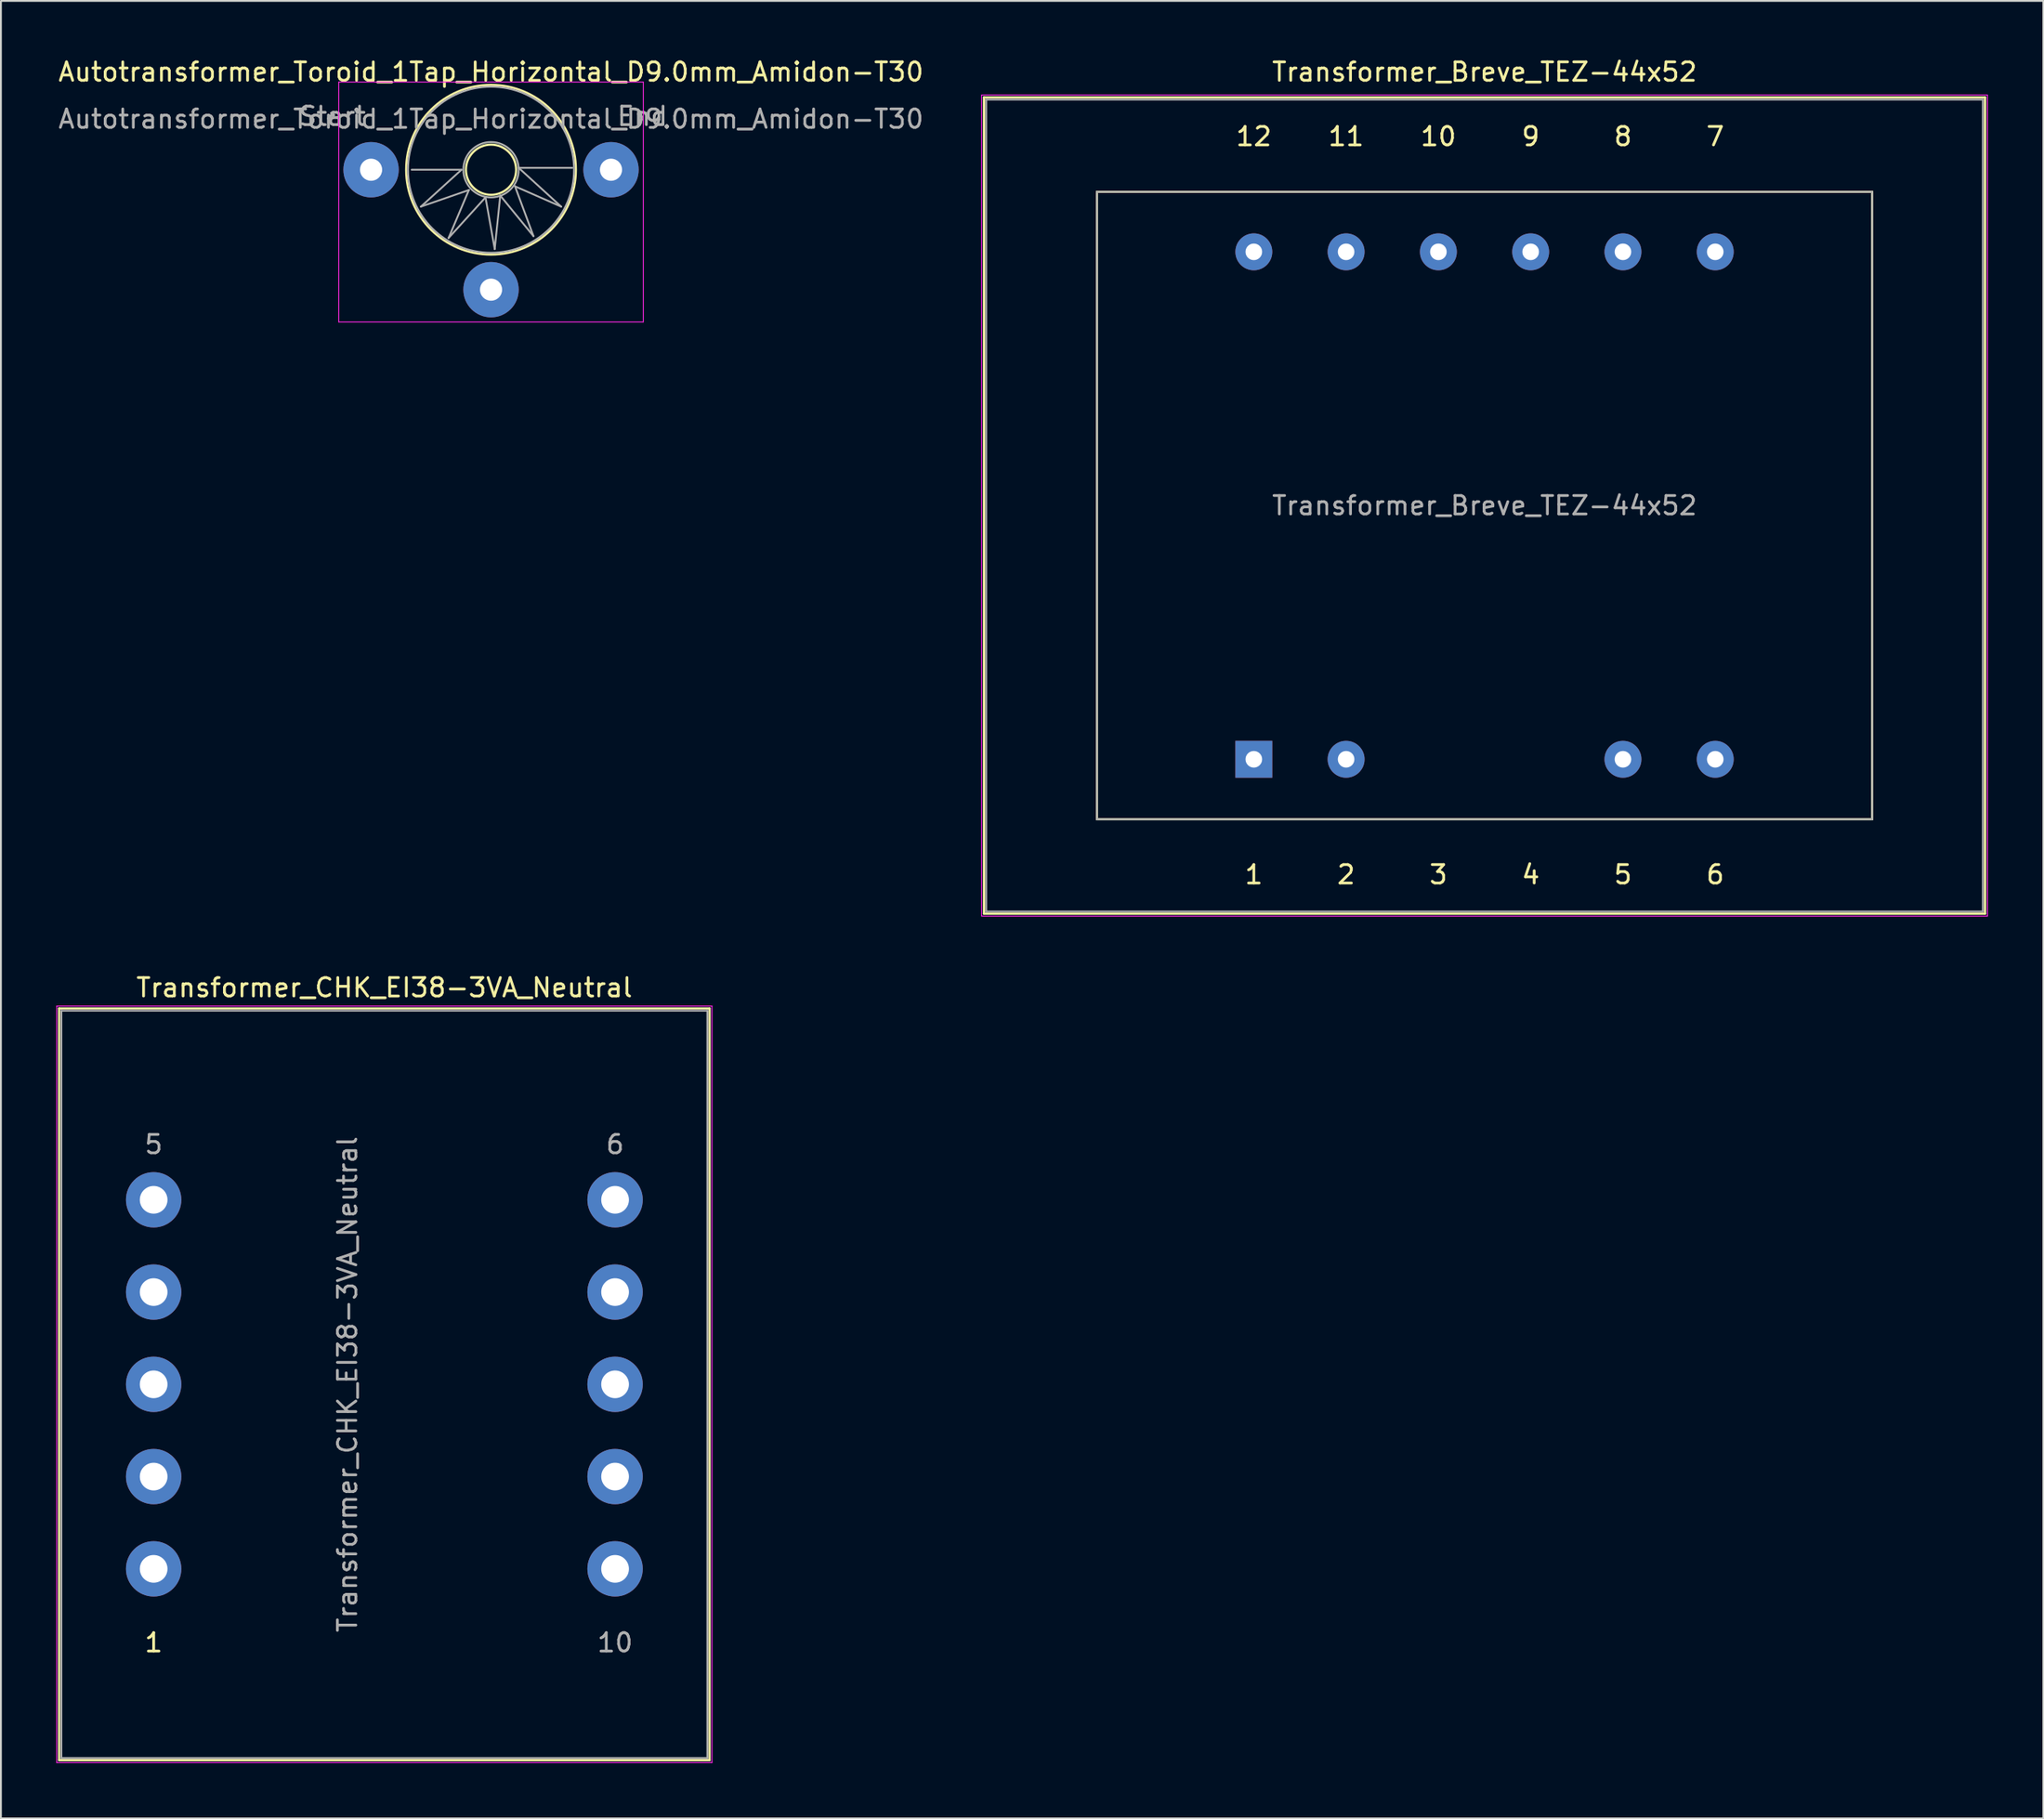
<source format=kicad_pcb>
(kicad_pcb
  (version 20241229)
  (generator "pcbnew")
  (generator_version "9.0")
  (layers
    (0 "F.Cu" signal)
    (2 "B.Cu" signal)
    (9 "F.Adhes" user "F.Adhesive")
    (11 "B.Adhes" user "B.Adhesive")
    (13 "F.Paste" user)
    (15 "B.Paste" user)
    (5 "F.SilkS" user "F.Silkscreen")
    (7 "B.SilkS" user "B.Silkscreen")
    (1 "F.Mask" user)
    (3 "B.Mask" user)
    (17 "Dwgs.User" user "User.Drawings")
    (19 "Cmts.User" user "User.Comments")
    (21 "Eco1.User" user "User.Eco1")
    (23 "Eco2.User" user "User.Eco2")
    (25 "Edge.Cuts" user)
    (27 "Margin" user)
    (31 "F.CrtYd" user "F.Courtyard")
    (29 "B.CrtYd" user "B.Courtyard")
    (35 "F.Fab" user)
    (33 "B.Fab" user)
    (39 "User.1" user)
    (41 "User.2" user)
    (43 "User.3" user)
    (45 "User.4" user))
  (footprint "Transformer_CHK_EI38-3VA_Neutral"
    (layer "F.Cu")
    (at 5.275 81.972)
    (property "Reference" "Transformer_CHK_EI38-3VA_Neutral" (at 12.5 -31.5 0) (layer "F.SilkS") (effects (font (size 1 1) (thickness 0.15))))
    (attr through_hole)
    (fp_line (start -5.12 -30.37) (end -5.12 10.37) (stroke (width 0.12) (type solid)) (layer "F.SilkS"))
    (fp_line (start -5.12 -30.37) (end 30.12 -30.37) (stroke (width 0.12) (type solid)) (layer "F.SilkS"))
    (fp_line (start 30.12 10.37) (end -5.12 10.37) (stroke (width 0.12) (type solid)) (layer "F.SilkS"))
    (fp_line (start 30.12 10.37) (end 30.12 -30.37) (stroke (width 0.12) (type solid)) (layer "F.SilkS"))
    (fp_line (start -5.25 -30.5) (end -5.25 10.5) (stroke (width 0.05) (type solid)) (layer "F.CrtYd"))
    (fp_line (start -5.25 -30.5) (end 30.25 -30.5) (stroke (width 0.05) (type solid)) (layer "F.CrtYd"))
    (fp_line (start 30.25 10.5) (end -5.25 10.5) (stroke (width 0.05) (type solid)) (layer "F.CrtYd"))
    (fp_line (start 30.25 10.5) (end 30.25 -30.5) (stroke (width 0.05) (type solid)) (layer "F.CrtYd"))
    (fp_line (start -5 -30.25) (end -5 10.25) (stroke (width 0.1) (type solid)) (layer "F.Fab"))
    (fp_line (start -5 10.25) (end 30 10.25) (stroke (width 0.1) (type solid)) (layer "F.Fab"))
    (fp_line (start 30 -30.25) (end -5 -30.25) (stroke (width 0.1) (type solid)) (layer "F.Fab"))
    (fp_line (start 30 10.25) (end 30 -30.25) (stroke (width 0.1) (type solid)) (layer "F.Fab"))
    (fp_text user "1" (at 0 4 0) (layer "F.SilkS") (effects (font (size 1 1) (thickness 0.15))))
    (fp_text user "5" (at 0 -23 0) (layer "F.Fab") (effects (font (size 1 1) (thickness 0.15))))
    (fp_text user "6" (at 25 -23 0) (layer "F.Fab") (effects (font (size 1 1) (thickness 0.15))))
    (fp_text user "10" (at 25 4 0) (layer "F.Fab") (effects (font (size 1 1) (thickness 0.15))))
    (fp_text user "${REFERENCE}" (at 10.5 -10 90) (layer "F.Fab") (effects (font (size 1 1) (thickness 0.15))))
    (pad "1" thru_hole circle (at 0 0) (size 3 3) (drill 1.5) (layers "*.Cu" "*.Mask"))
    (pad "2" thru_hole circle (at 0 -5) (size 3 3) (drill 1.5) (layers "*.Cu" "*.Mask"))
    (pad "3" thru_hole circle (at 0 -10) (size 3 3) (drill 1.5) (layers "*.Cu" "*.Mask"))
    (pad "4" thru_hole circle (at 0 -15) (size 3 3) (drill 1.5) (layers "*.Cu" "*.Mask"))
    (pad "5" thru_hole circle (at 0 -20) (size 3 3) (drill 1.5) (layers "*.Cu" "*.Mask"))
    (pad "6" thru_hole circle (at 25 -20) (size 3 3) (drill 1.5) (layers "*.Cu" "*.Mask"))
    (pad "7" thru_hole circle (at 25 -15) (size 3 3) (drill 1.5) (layers "*.Cu" "*.Mask"))
    (pad "8" thru_hole circle (at 25 -10) (size 3 3) (drill 1.5) (layers "*.Cu" "*.Mask"))
    (pad "9" thru_hole circle (at 25 -5) (size 3 3) (drill 1.5) (layers "*.Cu" "*.Mask"))
    (pad "10" thru_hole circle (at 25 0) (size 3 3) (drill 1.5) (layers "*.Cu" "*.Mask")))
  (footprint "Autotransformer_Toroid_1Tap_Horizontal_D9.0mm_Amidon-T30"
    (layer "F.Cu")
    (at 17.054 6.148)
    (property "Reference" "Autotransformer_Toroid_1Tap_Horizontal_D9.0mm_Amidon-T30" (at 6.5 -5.3 0) (layer "F.SilkS") (effects (font (size 1 1) (thickness 0.15))))
    (attr through_hole)
    (fp_circle (center 6.5 0) (end 7.6 0.8) (stroke (width 0.12) (type solid)) (fill no) (layer "F.SilkS"))
    (fp_circle (center 6.5 0) (end 9.8 3.2) (stroke (width 0.12) (type solid)) (fill no) (layer "F.SilkS"))
    (fp_line (start -1.75 -4.75) (end -1.75 8.25) (stroke (width 0.05) (type solid)) (layer "F.CrtYd"))
    (fp_line (start -1.75 -4.75) (end 14.75 -4.75) (stroke (width 0.05) (type solid)) (layer "F.CrtYd"))
    (fp_line (start 14.75 8.25) (end -1.75 8.25) (stroke (width 0.05) (type solid)) (layer "F.CrtYd"))
    (fp_line (start 14.75 8.25) (end 14.75 -4.75) (stroke (width 0.05) (type solid)) (layer "F.CrtYd"))
    (fp_line (start 2.2 0) (end 4.9 0) (stroke (width 0.1) (type solid)) (layer "F.Fab"))
    (fp_line (start 2.7 2) (end 5.3 1.1) (stroke (width 0.1) (type solid)) (layer "F.Fab"))
    (fp_line (start 4.2 3.7) (end 6.2 1.5) (stroke (width 0.1) (type solid)) (layer "F.Fab"))
    (fp_line (start 4.9 0) (end 2.7 2) (stroke (width 0.1) (type solid)) (layer "F.Fab"))
    (fp_line (start 5.3 1.1) (end 4.2 3.7) (stroke (width 0.1) (type solid)) (layer "F.Fab"))
    (fp_line (start 6.2 1.5) (end 6.7 4.3) (stroke (width 0.1) (type solid)) (layer "F.Fab"))
    (fp_line (start 6.7 4.3) (end 7 1.4) (stroke (width 0.1) (type solid)) (layer "F.Fab"))
    (fp_line (start 7 1.4) (end 8.8 3.6) (stroke (width 0.1) (type solid)) (layer "F.Fab"))
    (fp_line (start 7.8 0.9) (end 10.3 2) (stroke (width 0.1) (type solid)) (layer "F.Fab"))
    (fp_line (start 8 -0.1) (end 10.9 -0.1) (stroke (width 0.1) (type solid)) (layer "F.Fab"))
    (fp_line (start 8.8 3.6) (end 7.8 0.9) (stroke (width 0.1) (type solid)) (layer "F.Fab"))
    (fp_line (start 10.3 2) (end 8 -0.1) (stroke (width 0.1) (type solid)) (layer "F.Fab"))
    (fp_circle (center 6.5 0) (end 8 0) (stroke (width 0.1) (type solid)) (fill no) (layer "F.Fab"))
    (fp_circle (center 6.5 0) (end 11 0) (stroke (width 0.1) (type solid)) (fill no) (layer "F.Fab"))
    (fp_text user "Start" (at -2.1 -2.9 0) (layer "F.Fab") (effects (font (size 1 1) (thickness 0.15))))
    (fp_text user "${REFERENCE}" (at 6.5 -2.75 0) (layer "F.Fab") (effects (font (size 1 1) (thickness 0.15))))
    (fp_text user "End" (at 14.7 -2.9 0) (layer "F.Fab") (effects (font (size 1 1) (thickness 0.15))))
    (pad "1" thru_hole circle (at 0 0) (size 3 3) (drill 1.2) (layers "*.Cu" "*.Mask"))
    (pad "2" thru_hole circle (at 6.5 6.5) (size 3 3) (drill 1.2) (layers "*.Cu" "*.Mask"))
    (pad "3" thru_hole circle (at 13 0) (size 3 3) (drill 1.2) (layers "*.Cu" "*.Mask")))
  (footprint "Transformer_Breve_TEZ-44x52"
    (layer "F.Cu")
    (at 64.882 38.098)
    (property "Reference" "Transformer_Breve_TEZ-44x52" (at 12.5 -37.25 0) (layer "F.SilkS") (effects (font (size 1 1) (thickness 0.15))))
    (attr through_hole)
    (fp_line (start -14.62 -35.87) (end -14.62 8.37) (stroke (width 0.12) (type solid)) (layer "F.SilkS"))
    (fp_line (start -14.62 -35.87) (end 39.62 -35.87) (stroke (width 0.12) (type solid)) (layer "F.SilkS"))
    (fp_line (start -8.5 -30.75) (end 33.5 -30.75) (stroke (width 0.12) (type solid)) (layer "F.SilkS"))
    (fp_line (start -8.5 3.25) (end -8.5 -30.75) (stroke (width 0.12) (type solid)) (layer "F.SilkS"))
    (fp_line (start 33.5 -30.75) (end 33.5 3.25) (stroke (width 0.12) (type solid)) (layer "F.SilkS"))
    (fp_line (start 33.5 3.25) (end -8.5 3.25) (stroke (width 0.12) (type solid)) (layer "F.SilkS"))
    (fp_line (start 39.62 8.37) (end -14.62 8.37) (stroke (width 0.12) (type solid)) (layer "F.SilkS"))
    (fp_line (start 39.62 8.37) (end 39.62 -35.87) (stroke (width 0.12) (type solid)) (layer "F.SilkS"))
    (fp_line (start -14.75 -36) (end -14.75 8.5) (stroke (width 0.05) (type solid)) (layer "F.CrtYd"))
    (fp_line (start -14.75 -36) (end 39.75 -36) (stroke (width 0.05) (type solid)) (layer "F.CrtYd"))
    (fp_line (start 39.75 8.5) (end -14.75 8.5) (stroke (width 0.05) (type solid)) (layer "F.CrtYd"))
    (fp_line (start 39.75 8.5) (end 39.75 -36) (stroke (width 0.05) (type solid)) (layer "F.CrtYd"))
    (fp_line (start -14.5 -35.75) (end 39.5 -35.75) (stroke (width 0.1) (type solid)) (layer "F.Fab"))
    (fp_line (start -14.5 8.25) (end -14.5 -35.75) (stroke (width 0.1) (type solid)) (layer "F.Fab"))
    (fp_line (start -8.5 -30.75) (end 33.5 -30.75) (stroke (width 0.1) (type solid)) (layer "F.Fab"))
    (fp_line (start -8.5 3.25) (end -8.5 -30.75) (stroke (width 0.1) (type solid)) (layer "F.Fab"))
    (fp_line (start 33.5 -30.75) (end 33.5 3.25) (stroke (width 0.1) (type solid)) (layer "F.Fab"))
    (fp_line (start 33.5 3.25) (end -8.5 3.25) (stroke (width 0.1) (type solid)) (layer "F.Fab"))
    (fp_line (start 39.5 -35.75) (end 39.5 8.25) (stroke (width 0.1) (type solid)) (layer "F.Fab"))
    (fp_line (start 39.5 8.25) (end -14.5 8.25) (stroke (width 0.1) (type solid)) (layer "F.Fab"))
    (fp_text user "7" (at 25 -33.75 0) (layer "F.SilkS") (effects (font (size 1 1) (thickness 0.15))))
    (fp_text user "1" (at 0 6.25 0) (layer "F.SilkS") (effects (font (size 1 1) (thickness 0.15))))
    (fp_text user "10" (at 10 -33.75 0) (layer "F.SilkS") (effects (font (size 1 1) (thickness 0.15))))
    (fp_text user "11" (at 5 -33.75 0) (layer "F.SilkS") (effects (font (size 1 1) (thickness 0.15))))
    (fp_text user "12" (at 0 -33.75 0) (layer "F.SilkS") (effects (font (size 1 1) (thickness 0.15))))
    (fp_text user "6" (at 25 6.25 0) (layer "F.SilkS") (effects (font (size 1 1) (thickness 0.15))))
    (fp_text user "4" (at 15 6.25 0) (layer "F.SilkS") (effects (font (size 1 1) (thickness 0.15))))
    (fp_text user "2" (at 5 6.25 0) (layer "F.SilkS") (effects (font (size 1 1) (thickness 0.15))))
    (fp_text user "5" (at 20 6.25 0) (layer "F.SilkS") (effects (font (size 1 1) (thickness 0.15))))
    (fp_text user "9" (at 15 -33.75 0) (layer "F.SilkS") (effects (font (size 1 1) (thickness 0.15))))
    (fp_text user "8" (at 20 -33.75 0) (layer "F.SilkS") (effects (font (size 1 1) (thickness 0.15))))
    (fp_text user "3" (at 10 6.25 0) (layer "F.SilkS") (effects (font (size 1 1) (thickness 0.15))))
    (fp_text user "${REFERENCE}" (at 12.5 -13.75 0) (layer "F.Fab") (effects (font (size 1 1) (thickness 0.15))))
    (pad "1" thru_hole rect (at 0 0) (size 2 2) (drill 0.9) (layers "*.Cu" "*.Mask"))
    (pad "2" thru_hole circle (at 5 0) (size 2 2) (drill 0.9) (layers "*.Cu" "*.Mask"))
    (pad "5" thru_hole circle (at 20 0) (size 2 2) (drill 0.9) (layers "*.Cu" "*.Mask"))
    (pad "6" thru_hole circle (at 25 0) (size 2 2) (drill 0.9) (layers "*.Cu" "*.Mask"))
    (pad "7" thru_hole circle (at 25 -27.5) (size 2 2) (drill 0.9) (layers "*.Cu" "*.Mask"))
    (pad "8" thru_hole circle (at 20 -27.5) (size 2 2) (drill 0.9) (layers "*.Cu" "*.Mask"))
    (pad "9" thru_hole circle (at 15 -27.5) (size 2 2) (drill 0.9) (layers "*.Cu" "*.Mask"))
    (pad "10" thru_hole circle (at 10 -27.5) (size 2 2) (drill 0.9) (layers "*.Cu" "*.Mask"))
    (pad "11" thru_hole circle (at 5 -27.5) (size 2 2) (drill 0.9) (layers "*.Cu" "*.Mask"))
    (pad "12" thru_hole circle (at 0 -27.5) (size 2 2) (drill 0.9) (layers "*.Cu" "*.Mask")))
  (gr_rect
    (start -3 -3)
    (end 107.657 95.496)
    (stroke (width 0.1) (type default))
    (fill no)
    (layer "Edge.Cuts")))
</source>
